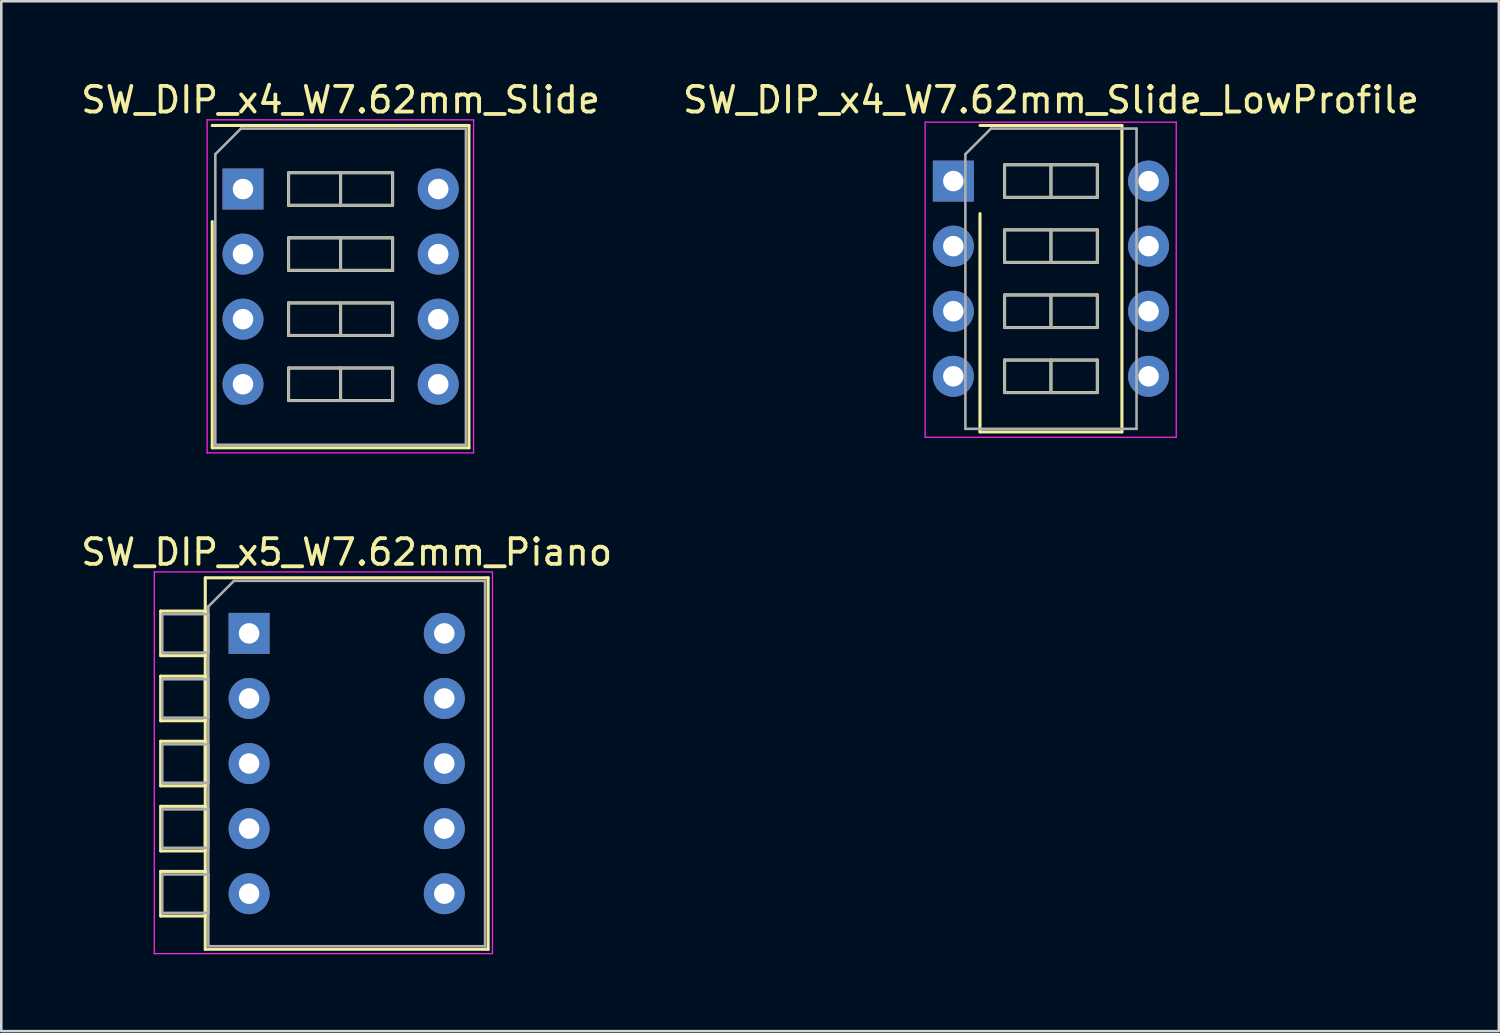
<source format=kicad_pcb>
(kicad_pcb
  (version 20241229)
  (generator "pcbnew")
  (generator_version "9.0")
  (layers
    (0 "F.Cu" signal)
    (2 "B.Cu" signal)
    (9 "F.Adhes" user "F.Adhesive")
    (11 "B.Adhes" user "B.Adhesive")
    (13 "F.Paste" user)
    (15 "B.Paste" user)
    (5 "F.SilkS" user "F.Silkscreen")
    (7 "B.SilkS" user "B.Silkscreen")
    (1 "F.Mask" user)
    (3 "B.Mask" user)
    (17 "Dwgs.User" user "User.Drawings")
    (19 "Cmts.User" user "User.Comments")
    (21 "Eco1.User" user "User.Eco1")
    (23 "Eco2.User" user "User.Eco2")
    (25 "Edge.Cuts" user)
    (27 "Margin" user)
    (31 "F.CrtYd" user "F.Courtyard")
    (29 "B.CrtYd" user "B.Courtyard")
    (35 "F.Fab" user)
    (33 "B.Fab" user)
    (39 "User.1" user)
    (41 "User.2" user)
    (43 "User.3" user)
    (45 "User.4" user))
  (footprint "SW_DIP_x4_W7.62mm_Slide_LowProfile"
    (layer "F.Cu")
    (at 34.16 4.018)
    (property "Reference" "SW_DIP_x4_W7.62mm_Slide_LowProfile" (at 3.81 -3.17 0) (layer "F.SilkS") (effects (font (size 1 1) (thickness 0.15))))
    (attr through_hole)
    (fp_line (start 1.04 -2.17) (end 6.58 -2.17) (stroke (width 0.12) (type solid)) (layer "F.SilkS"))
    (fp_line (start 1.04 9.79) (end 1.04 1.27) (stroke (width 0.12) (type solid)) (layer "F.SilkS"))
    (fp_line (start 2 -0.635) (end 2 0.635) (stroke (width 0.12) (type solid)) (layer "F.SilkS"))
    (fp_line (start 2 0.635) (end 5.62 0.635) (stroke (width 0.12) (type solid)) (layer "F.SilkS"))
    (fp_line (start 2 1.905) (end 2 3.175) (stroke (width 0.12) (type solid)) (layer "F.SilkS"))
    (fp_line (start 2 3.175) (end 5.62 3.175) (stroke (width 0.12) (type solid)) (layer "F.SilkS"))
    (fp_line (start 2 4.445) (end 2 5.715) (stroke (width 0.12) (type solid)) (layer "F.SilkS"))
    (fp_line (start 2 5.715) (end 5.62 5.715) (stroke (width 0.12) (type solid)) (layer "F.SilkS"))
    (fp_line (start 2 6.985) (end 2 8.255) (stroke (width 0.12) (type solid)) (layer "F.SilkS"))
    (fp_line (start 2 8.255) (end 5.62 8.255) (stroke (width 0.12) (type solid)) (layer "F.SilkS"))
    (fp_line (start 3.81 -0.635) (end 3.81 0.635) (stroke (width 0.12) (type solid)) (layer "F.SilkS"))
    (fp_line (start 3.81 1.905) (end 3.81 3.175) (stroke (width 0.12) (type solid)) (layer "F.SilkS"))
    (fp_line (start 3.81 4.445) (end 3.81 5.715) (stroke (width 0.12) (type solid)) (layer "F.SilkS"))
    (fp_line (start 3.81 6.985) (end 3.81 8.255) (stroke (width 0.12) (type solid)) (layer "F.SilkS"))
    (fp_line (start 5.62 -0.635) (end 2 -0.635) (stroke (width 0.12) (type solid)) (layer "F.SilkS"))
    (fp_line (start 5.62 0.635) (end 5.62 -0.635) (stroke (width 0.12) (type solid)) (layer "F.SilkS"))
    (fp_line (start 5.62 1.905) (end 2 1.905) (stroke (width 0.12) (type solid)) (layer "F.SilkS"))
    (fp_line (start 5.62 3.175) (end 5.62 1.905) (stroke (width 0.12) (type solid)) (layer "F.SilkS"))
    (fp_line (start 5.62 4.445) (end 2 4.445) (stroke (width 0.12) (type solid)) (layer "F.SilkS"))
    (fp_line (start 5.62 5.715) (end 5.62 4.445) (stroke (width 0.12) (type solid)) (layer "F.SilkS"))
    (fp_line (start 5.62 6.985) (end 2 6.985) (stroke (width 0.12) (type solid)) (layer "F.SilkS"))
    (fp_line (start 5.62 8.255) (end 5.62 6.985) (stroke (width 0.12) (type solid)) (layer "F.SilkS"))
    (fp_line (start 6.58 -2.17) (end 6.58 9.79) (stroke (width 0.12) (type solid)) (layer "F.SilkS"))
    (fp_line (start 6.58 9.79) (end 1.04 9.79) (stroke (width 0.12) (type solid)) (layer "F.SilkS"))
    (fp_line (start -1.1 -2.3) (end -1.1 10) (stroke (width 0.05) (type solid)) (layer "F.CrtYd"))
    (fp_line (start -1.1 10) (end 8.7 10) (stroke (width 0.05) (type solid)) (layer "F.CrtYd"))
    (fp_line (start 8.7 -2.3) (end -1.1 -2.3) (stroke (width 0.05) (type solid)) (layer "F.CrtYd"))
    (fp_line (start 8.7 10) (end 8.7 -2.3) (stroke (width 0.05) (type solid)) (layer "F.CrtYd"))
    (fp_line (start 0.47 -1.05) (end 1.47 -2.05) (stroke (width 0.1) (type solid)) (layer "F.Fab"))
    (fp_line (start 0.47 9.67) (end 0.47 -1.05) (stroke (width 0.1) (type solid)) (layer "F.Fab"))
    (fp_line (start 1.47 -2.05) (end 7.15 -2.05) (stroke (width 0.1) (type solid)) (layer "F.Fab"))
    (fp_line (start 2 -0.635) (end 2 0.635) (stroke (width 0.1) (type solid)) (layer "F.Fab"))
    (fp_line (start 2 0.635) (end 5.62 0.635) (stroke (width 0.1) (type solid)) (layer "F.Fab"))
    (fp_line (start 2 1.905) (end 2 3.175) (stroke (width 0.1) (type solid)) (layer "F.Fab"))
    (fp_line (start 2 3.175) (end 5.62 3.175) (stroke (width 0.1) (type solid)) (layer "F.Fab"))
    (fp_line (start 2 4.445) (end 2 5.715) (stroke (width 0.1) (type solid)) (layer "F.Fab"))
    (fp_line (start 2 5.715) (end 5.62 5.715) (stroke (width 0.1) (type solid)) (layer "F.Fab"))
    (fp_line (start 2 6.985) (end 2 8.255) (stroke (width 0.1) (type solid)) (layer "F.Fab"))
    (fp_line (start 2 8.255) (end 5.62 8.255) (stroke (width 0.1) (type solid)) (layer "F.Fab"))
    (fp_line (start 3.81 -0.635) (end 3.81 0.635) (stroke (width 0.1) (type solid)) (layer "F.Fab"))
    (fp_line (start 3.81 1.905) (end 3.81 3.175) (stroke (width 0.1) (type solid)) (layer "F.Fab"))
    (fp_line (start 3.81 4.445) (end 3.81 5.715) (stroke (width 0.1) (type solid)) (layer "F.Fab"))
    (fp_line (start 3.81 6.985) (end 3.81 8.255) (stroke (width 0.1) (type solid)) (layer "F.Fab"))
    (fp_line (start 5.62 -0.635) (end 2 -0.635) (stroke (width 0.1) (type solid)) (layer "F.Fab"))
    (fp_line (start 5.62 0.635) (end 5.62 -0.635) (stroke (width 0.1) (type solid)) (layer "F.Fab"))
    (fp_line (start 5.62 1.905) (end 2 1.905) (stroke (width 0.1) (type solid)) (layer "F.Fab"))
    (fp_line (start 5.62 3.175) (end 5.62 1.905) (stroke (width 0.1) (type solid)) (layer "F.Fab"))
    (fp_line (start 5.62 4.445) (end 2 4.445) (stroke (width 0.1) (type solid)) (layer "F.Fab"))
    (fp_line (start 5.62 5.715) (end 5.62 4.445) (stroke (width 0.1) (type solid)) (layer "F.Fab"))
    (fp_line (start 5.62 6.985) (end 2 6.985) (stroke (width 0.1) (type solid)) (layer "F.Fab"))
    (fp_line (start 5.62 8.255) (end 5.62 6.985) (stroke (width 0.1) (type solid)) (layer "F.Fab"))
    (fp_line (start 7.15 -2.05) (end 7.15 9.67) (stroke (width 0.1) (type solid)) (layer "F.Fab"))
    (fp_line (start 7.15 9.67) (end 0.47 9.67) (stroke (width 0.1) (type solid)) (layer "F.Fab"))
    (pad "1" thru_hole rect (at 0 0) (size 1.6 1.6) (drill 0.8) (layers "*.Cu" "*.Mask"))
    (pad "2" thru_hole oval (at 0 2.54) (size 1.6 1.6) (drill 0.8) (layers "*.Cu" "*.Mask"))
    (pad "3" thru_hole oval (at 0 5.08) (size 1.6 1.6) (drill 0.8) (layers "*.Cu" "*.Mask"))
    (pad "4" thru_hole oval (at 0 7.62) (size 1.6 1.6) (drill 0.8) (layers "*.Cu" "*.Mask"))
    (pad "5" thru_hole oval (at 7.62 7.62) (size 1.6 1.6) (drill 0.8) (layers "*.Cu" "*.Mask"))
    (pad "6" thru_hole oval (at 7.62 5.08) (size 1.6 1.6) (drill 0.8) (layers "*.Cu" "*.Mask"))
    (pad "7" thru_hole oval (at 7.62 2.54) (size 1.6 1.6) (drill 0.8) (layers "*.Cu" "*.Mask"))
    (pad "8" thru_hole oval (at 7.62 0) (size 1.6 1.6) (drill 0.8) (layers "*.Cu" "*.Mask")))
  (footprint "SW_DIP_x5_W7.62mm_Piano"
    (layer "F.Cu")
    (at 6.672 21.672)
    (property "Reference" "SW_DIP_x5_W7.62mm_Piano" (at 3.81 -3.17 0) (layer "F.SilkS") (effects (font (size 1 1) (thickness 0.15))))
    (attr through_hole)
    (fp_line (start -3.45 -0.87) (end -3.45 0.87) (stroke (width 0.12) (type solid)) (layer "F.SilkS"))
    (fp_line (start -3.45 0.87) (end -1.71 0.87) (stroke (width 0.12) (type solid)) (layer "F.SilkS"))
    (fp_line (start -3.45 1.67) (end -3.45 3.41) (stroke (width 0.12) (type solid)) (layer "F.SilkS"))
    (fp_line (start -3.45 3.41) (end -1.71 3.41) (stroke (width 0.12) (type solid)) (layer "F.SilkS"))
    (fp_line (start -3.45 4.21) (end -3.45 5.95) (stroke (width 0.12) (type solid)) (layer "F.SilkS"))
    (fp_line (start -3.45 5.95) (end -1.71 5.95) (stroke (width 0.12) (type solid)) (layer "F.SilkS"))
    (fp_line (start -3.45 6.75) (end -3.45 8.49) (stroke (width 0.12) (type solid)) (layer "F.SilkS"))
    (fp_line (start -3.45 8.49) (end -1.71 8.49) (stroke (width 0.12) (type solid)) (layer "F.SilkS"))
    (fp_line (start -3.45 9.29) (end -3.45 11.03) (stroke (width 0.12) (type solid)) (layer "F.SilkS"))
    (fp_line (start -3.45 11.03) (end -1.71 11.03) (stroke (width 0.12) (type solid)) (layer "F.SilkS"))
    (fp_line (start -1.71 -2.17) (end 9.33 -2.17) (stroke (width 0.12) (type solid)) (layer "F.SilkS"))
    (fp_line (start -1.71 -0.87) (end -3.45 -0.87) (stroke (width 0.12) (type solid)) (layer "F.SilkS"))
    (fp_line (start -1.71 0.87) (end -1.71 -0.87) (stroke (width 0.12) (type solid)) (layer "F.SilkS"))
    (fp_line (start -1.71 1.67) (end -3.45 1.67) (stroke (width 0.12) (type solid)) (layer "F.SilkS"))
    (fp_line (start -1.71 3.41) (end -1.71 1.67) (stroke (width 0.12) (type solid)) (layer "F.SilkS"))
    (fp_line (start -1.71 4.21) (end -3.45 4.21) (stroke (width 0.12) (type solid)) (layer "F.SilkS"))
    (fp_line (start -1.71 5.95) (end -1.71 4.21) (stroke (width 0.12) (type solid)) (layer "F.SilkS"))
    (fp_line (start -1.71 6.75) (end -3.45 6.75) (stroke (width 0.12) (type solid)) (layer "F.SilkS"))
    (fp_line (start -1.71 8.49) (end -1.71 6.75) (stroke (width 0.12) (type solid)) (layer "F.SilkS"))
    (fp_line (start -1.71 9.29) (end -3.45 9.29) (stroke (width 0.12) (type solid)) (layer "F.SilkS"))
    (fp_line (start -1.71 11.03) (end -1.71 9.29) (stroke (width 0.12) (type solid)) (layer "F.SilkS"))
    (fp_line (start -1.71 12.33) (end -1.71 -2.17) (stroke (width 0.12) (type solid)) (layer "F.SilkS"))
    (fp_line (start 9.33 -2.17) (end 9.33 12.33) (stroke (width 0.12) (type solid)) (layer "F.SilkS"))
    (fp_line (start 9.33 12.33) (end -1.71 12.33) (stroke (width 0.12) (type solid)) (layer "F.SilkS"))
    (fp_line (start -3.7 -2.4) (end -3.7 12.5) (stroke (width 0.05) (type solid)) (layer "F.CrtYd"))
    (fp_line (start -3.7 12.5) (end 9.5 12.5) (stroke (width 0.05) (type solid)) (layer "F.CrtYd"))
    (fp_line (start 9.5 -2.4) (end -3.7 -2.4) (stroke (width 0.05) (type solid)) (layer "F.CrtYd"))
    (fp_line (start 9.5 12.5) (end 9.5 -2.4) (stroke (width 0.05) (type solid)) (layer "F.CrtYd"))
    (fp_line (start -3.39 -0.75) (end -1.59 -0.75) (stroke (width 0.1) (type solid)) (layer "F.Fab"))
    (fp_line (start -3.39 0.75) (end -3.39 -0.75) (stroke (width 0.1) (type solid)) (layer "F.Fab"))
    (fp_line (start -3.39 1.79) (end -1.59 1.79) (stroke (width 0.1) (type solid)) (layer "F.Fab"))
    (fp_line (start -3.39 3.29) (end -3.39 1.79) (stroke (width 0.1) (type solid)) (layer "F.Fab"))
    (fp_line (start -3.39 4.33) (end -1.59 4.33) (stroke (width 0.1) (type solid)) (layer "F.Fab"))
    (fp_line (start -3.39 5.83) (end -3.39 4.33) (stroke (width 0.1) (type solid)) (layer "F.Fab"))
    (fp_line (start -3.39 6.87) (end -1.59 6.87) (stroke (width 0.1) (type solid)) (layer "F.Fab"))
    (fp_line (start -3.39 8.37) (end -3.39 6.87) (stroke (width 0.1) (type solid)) (layer "F.Fab"))
    (fp_line (start -3.39 9.41) (end -1.59 9.41) (stroke (width 0.1) (type solid)) (layer "F.Fab"))
    (fp_line (start -3.39 10.91) (end -3.39 9.41) (stroke (width 0.1) (type solid)) (layer "F.Fab"))
    (fp_line (start -1.59 -1.05) (end -0.59 -2.05) (stroke (width 0.1) (type solid)) (layer "F.Fab"))
    (fp_line (start -1.59 -0.75) (end -1.59 0.75) (stroke (width 0.1) (type solid)) (layer "F.Fab"))
    (fp_line (start -1.59 0.75) (end -3.39 0.75) (stroke (width 0.1) (type solid)) (layer "F.Fab"))
    (fp_line (start -1.59 1.79) (end -1.59 3.29) (stroke (width 0.1) (type solid)) (layer "F.Fab"))
    (fp_line (start -1.59 3.29) (end -3.39 3.29) (stroke (width 0.1) (type solid)) (layer "F.Fab"))
    (fp_line (start -1.59 4.33) (end -1.59 5.83) (stroke (width 0.1) (type solid)) (layer "F.Fab"))
    (fp_line (start -1.59 5.83) (end -3.39 5.83) (stroke (width 0.1) (type solid)) (layer "F.Fab"))
    (fp_line (start -1.59 6.87) (end -1.59 8.37) (stroke (width 0.1) (type solid)) (layer "F.Fab"))
    (fp_line (start -1.59 8.37) (end -3.39 8.37) (stroke (width 0.1) (type solid)) (layer "F.Fab"))
    (fp_line (start -1.59 9.41) (end -1.59 10.91) (stroke (width 0.1) (type solid)) (layer "F.Fab"))
    (fp_line (start -1.59 10.91) (end -3.39 10.91) (stroke (width 0.1) (type solid)) (layer "F.Fab"))
    (fp_line (start -1.59 12.21) (end -1.59 -1.05) (stroke (width 0.1) (type solid)) (layer "F.Fab"))
    (fp_line (start -0.59 -2.05) (end 9.21 -2.05) (stroke (width 0.1) (type solid)) (layer "F.Fab"))
    (fp_line (start 9.21 -2.05) (end 9.21 12.21) (stroke (width 0.1) (type solid)) (layer "F.Fab"))
    (fp_line (start 9.21 12.21) (end -1.59 12.21) (stroke (width 0.1) (type solid)) (layer "F.Fab"))
    (pad "1" thru_hole rect (at 0 0) (size 1.6 1.6) (drill 0.8) (layers "*.Cu" "*.Mask"))
    (pad "2" thru_hole oval (at 0 2.54) (size 1.6 1.6) (drill 0.8) (layers "*.Cu" "*.Mask"))
    (pad "3" thru_hole oval (at 0 5.08) (size 1.6 1.6) (drill 0.8) (layers "*.Cu" "*.Mask"))
    (pad "4" thru_hole oval (at 0 7.62) (size 1.6 1.6) (drill 0.8) (layers "*.Cu" "*.Mask"))
    (pad "5" thru_hole oval (at 0 10.16) (size 1.6 1.6) (drill 0.8) (layers "*.Cu" "*.Mask"))
    (pad "6" thru_hole oval (at 7.62 10.16) (size 1.6 1.6) (drill 0.8) (layers "*.Cu" "*.Mask"))
    (pad "7" thru_hole oval (at 7.62 7.62) (size 1.6 1.6) (drill 0.8) (layers "*.Cu" "*.Mask"))
    (pad "8" thru_hole oval (at 7.62 5.08) (size 1.6 1.6) (drill 0.8) (layers "*.Cu" "*.Mask"))
    (pad "9" thru_hole oval (at 7.62 2.54) (size 1.6 1.6) (drill 0.8) (layers "*.Cu" "*.Mask"))
    (pad "10" thru_hole oval (at 7.62 0) (size 1.6 1.6) (drill 0.8) (layers "*.Cu" "*.Mask")))
  (footprint "SW_DIP_x4_W7.62mm_Slide"
    (layer "F.Cu")
    (at 6.434 4.328)
    (property "Reference" "SW_DIP_x4_W7.62mm_Slide" (at 3.81 -3.48 0) (layer "F.SilkS") (effects (font (size 1 1) (thickness 0.15))))
    (attr through_hole)
    (fp_line (start -1.2 -2.48) (end 8.82 -2.48) (stroke (width 0.12) (type solid)) (layer "F.SilkS"))
    (fp_line (start -1.2 10.1) (end -1.2 1.27) (stroke (width 0.12) (type solid)) (layer "F.SilkS"))
    (fp_line (start 1.78 -0.635) (end 1.78 0.635) (stroke (width 0.12) (type solid)) (layer "F.SilkS"))
    (fp_line (start 1.78 0.635) (end 5.84 0.635) (stroke (width 0.12) (type solid)) (layer "F.SilkS"))
    (fp_line (start 1.78 1.905) (end 1.78 3.175) (stroke (width 0.12) (type solid)) (layer "F.SilkS"))
    (fp_line (start 1.78 3.175) (end 5.84 3.175) (stroke (width 0.12) (type solid)) (layer "F.SilkS"))
    (fp_line (start 1.78 4.445) (end 1.78 5.715) (stroke (width 0.12) (type solid)) (layer "F.SilkS"))
    (fp_line (start 1.78 5.715) (end 5.84 5.715) (stroke (width 0.12) (type solid)) (layer "F.SilkS"))
    (fp_line (start 1.78 6.985) (end 1.78 8.255) (stroke (width 0.12) (type solid)) (layer "F.SilkS"))
    (fp_line (start 1.78 8.255) (end 5.84 8.255) (stroke (width 0.12) (type solid)) (layer "F.SilkS"))
    (fp_line (start 3.81 -0.635) (end 3.81 0.635) (stroke (width 0.12) (type solid)) (layer "F.SilkS"))
    (fp_line (start 3.81 1.905) (end 3.81 3.175) (stroke (width 0.12) (type solid)) (layer "F.SilkS"))
    (fp_line (start 3.81 4.445) (end 3.81 5.715) (stroke (width 0.12) (type solid)) (layer "F.SilkS"))
    (fp_line (start 3.81 6.985) (end 3.81 8.255) (stroke (width 0.12) (type solid)) (layer "F.SilkS"))
    (fp_line (start 5.84 -0.635) (end 1.78 -0.635) (stroke (width 0.12) (type solid)) (layer "F.SilkS"))
    (fp_line (start 5.84 0.635) (end 5.84 -0.635) (stroke (width 0.12) (type solid)) (layer "F.SilkS"))
    (fp_line (start 5.84 1.905) (end 1.78 1.905) (stroke (width 0.12) (type solid)) (layer "F.SilkS"))
    (fp_line (start 5.84 3.175) (end 5.84 1.905) (stroke (width 0.12) (type solid)) (layer "F.SilkS"))
    (fp_line (start 5.84 4.445) (end 1.78 4.445) (stroke (width 0.12) (type solid)) (layer "F.SilkS"))
    (fp_line (start 5.84 5.715) (end 5.84 4.445) (stroke (width 0.12) (type solid)) (layer "F.SilkS"))
    (fp_line (start 5.84 6.985) (end 1.78 6.985) (stroke (width 0.12) (type solid)) (layer "F.SilkS"))
    (fp_line (start 5.84 8.255) (end 5.84 6.985) (stroke (width 0.12) (type solid)) (layer "F.SilkS"))
    (fp_line (start 8.82 -2.48) (end 8.82 10.1) (stroke (width 0.12) (type solid)) (layer "F.SilkS"))
    (fp_line (start 8.82 10.1) (end -1.2 10.1) (stroke (width 0.12) (type solid)) (layer "F.SilkS"))
    (fp_line (start -1.4 -2.7) (end -1.4 10.3) (stroke (width 0.05) (type solid)) (layer "F.CrtYd"))
    (fp_line (start -1.4 10.3) (end 9 10.3) (stroke (width 0.05) (type solid)) (layer "F.CrtYd"))
    (fp_line (start 9 -2.7) (end -1.4 -2.7) (stroke (width 0.05) (type solid)) (layer "F.CrtYd"))
    (fp_line (start 9 10.3) (end 9 -2.7) (stroke (width 0.05) (type solid)) (layer "F.CrtYd"))
    (fp_line (start -1.08 -1.36) (end -0.08 -2.36) (stroke (width 0.1) (type solid)) (layer "F.Fab"))
    (fp_line (start -1.08 9.98) (end -1.08 -1.36) (stroke (width 0.1) (type solid)) (layer "F.Fab"))
    (fp_line (start -0.08 -2.36) (end 8.7 -2.36) (stroke (width 0.1) (type solid)) (layer "F.Fab"))
    (fp_line (start 1.78 -0.635) (end 1.78 0.635) (stroke (width 0.1) (type solid)) (layer "F.Fab"))
    (fp_line (start 1.78 0.635) (end 5.84 0.635) (stroke (width 0.1) (type solid)) (layer "F.Fab"))
    (fp_line (start 1.78 1.905) (end 1.78 3.175) (stroke (width 0.1) (type solid)) (layer "F.Fab"))
    (fp_line (start 1.78 3.175) (end 5.84 3.175) (stroke (width 0.1) (type solid)) (layer "F.Fab"))
    (fp_line (start 1.78 4.445) (end 1.78 5.715) (stroke (width 0.1) (type solid)) (layer "F.Fab"))
    (fp_line (start 1.78 5.715) (end 5.84 5.715) (stroke (width 0.1) (type solid)) (layer "F.Fab"))
    (fp_line (start 1.78 6.985) (end 1.78 8.255) (stroke (width 0.1) (type solid)) (layer "F.Fab"))
    (fp_line (start 1.78 8.255) (end 5.84 8.255) (stroke (width 0.1) (type solid)) (layer "F.Fab"))
    (fp_line (start 3.81 -0.635) (end 3.81 0.635) (stroke (width 0.1) (type solid)) (layer "F.Fab"))
    (fp_line (start 3.81 1.905) (end 3.81 3.175) (stroke (width 0.1) (type solid)) (layer "F.Fab"))
    (fp_line (start 3.81 4.445) (end 3.81 5.715) (stroke (width 0.1) (type solid)) (layer "F.Fab"))
    (fp_line (start 3.81 6.985) (end 3.81 8.255) (stroke (width 0.1) (type solid)) (layer "F.Fab"))
    (fp_line (start 5.84 -0.635) (end 1.78 -0.635) (stroke (width 0.1) (type solid)) (layer "F.Fab"))
    (fp_line (start 5.84 0.635) (end 5.84 -0.635) (stroke (width 0.1) (type solid)) (layer "F.Fab"))
    (fp_line (start 5.84 1.905) (end 1.78 1.905) (stroke (width 0.1) (type solid)) (layer "F.Fab"))
    (fp_line (start 5.84 3.175) (end 5.84 1.905) (stroke (width 0.1) (type solid)) (layer "F.Fab"))
    (fp_line (start 5.84 4.445) (end 1.78 4.445) (stroke (width 0.1) (type solid)) (layer "F.Fab"))
    (fp_line (start 5.84 5.715) (end 5.84 4.445) (stroke (width 0.1) (type solid)) (layer "F.Fab"))
    (fp_line (start 5.84 6.985) (end 1.78 6.985) (stroke (width 0.1) (type solid)) (layer "F.Fab"))
    (fp_line (start 5.84 8.255) (end 5.84 6.985) (stroke (width 0.1) (type solid)) (layer "F.Fab"))
    (fp_line (start 8.7 -2.36) (end 8.7 9.98) (stroke (width 0.1) (type solid)) (layer "F.Fab"))
    (fp_line (start 8.7 9.98) (end -1.08 9.98) (stroke (width 0.1) (type solid)) (layer "F.Fab"))
    (pad "1" thru_hole rect (at 0 0) (size 1.6 1.6) (drill 0.8) (layers "*.Cu" "*.Mask"))
    (pad "2" thru_hole oval (at 0 2.54) (size 1.6 1.6) (drill 0.8) (layers "*.Cu" "*.Mask"))
    (pad "3" thru_hole oval (at 0 5.08) (size 1.6 1.6) (drill 0.8) (layers "*.Cu" "*.Mask"))
    (pad "4" thru_hole oval (at 0 7.62) (size 1.6 1.6) (drill 0.8) (layers "*.Cu" "*.Mask"))
    (pad "5" thru_hole oval (at 7.62 7.62) (size 1.6 1.6) (drill 0.8) (layers "*.Cu" "*.Mask"))
    (pad "6" thru_hole oval (at 7.62 5.08) (size 1.6 1.6) (drill 0.8) (layers "*.Cu" "*.Mask"))
    (pad "7" thru_hole oval (at 7.62 2.54) (size 1.6 1.6) (drill 0.8) (layers "*.Cu" "*.Mask"))
    (pad "8" thru_hole oval (at 7.62 0) (size 1.6 1.6) (drill 0.8) (layers "*.Cu" "*.Mask")))
  (gr_rect
    (start -3 -3)
    (end 55.452 37.197)
    (stroke (width 0.1) (type default))
    (fill no)
    (layer "Edge.Cuts")))
</source>
